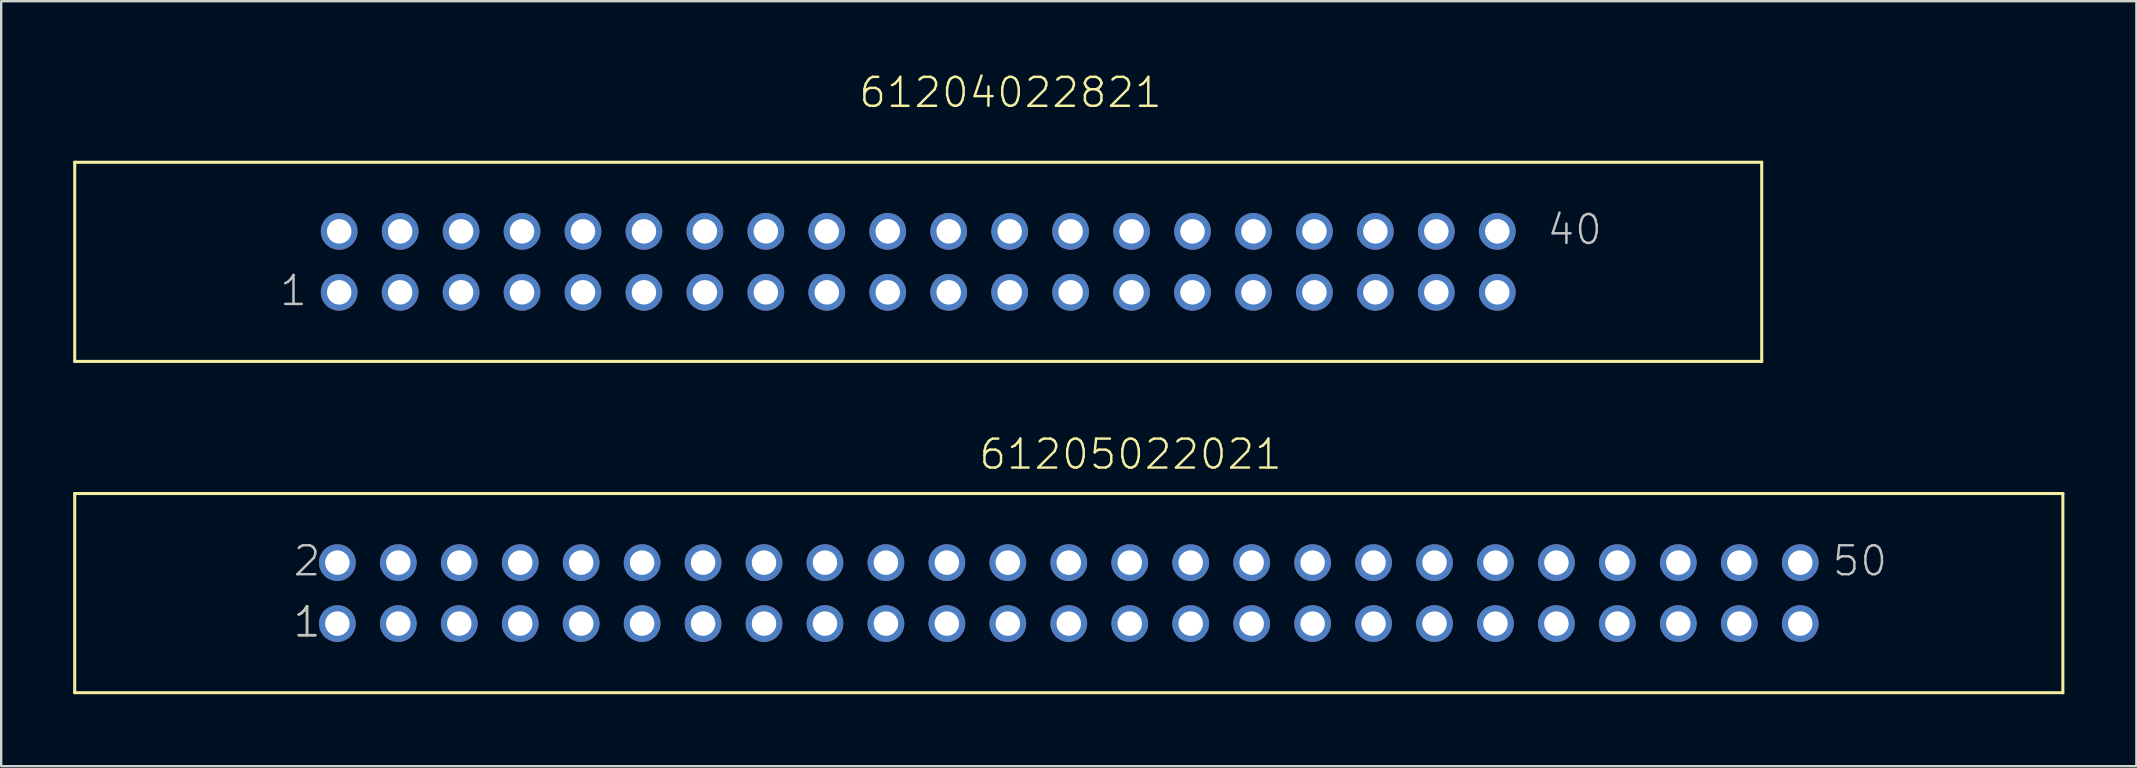
<source format=kicad_pcb>
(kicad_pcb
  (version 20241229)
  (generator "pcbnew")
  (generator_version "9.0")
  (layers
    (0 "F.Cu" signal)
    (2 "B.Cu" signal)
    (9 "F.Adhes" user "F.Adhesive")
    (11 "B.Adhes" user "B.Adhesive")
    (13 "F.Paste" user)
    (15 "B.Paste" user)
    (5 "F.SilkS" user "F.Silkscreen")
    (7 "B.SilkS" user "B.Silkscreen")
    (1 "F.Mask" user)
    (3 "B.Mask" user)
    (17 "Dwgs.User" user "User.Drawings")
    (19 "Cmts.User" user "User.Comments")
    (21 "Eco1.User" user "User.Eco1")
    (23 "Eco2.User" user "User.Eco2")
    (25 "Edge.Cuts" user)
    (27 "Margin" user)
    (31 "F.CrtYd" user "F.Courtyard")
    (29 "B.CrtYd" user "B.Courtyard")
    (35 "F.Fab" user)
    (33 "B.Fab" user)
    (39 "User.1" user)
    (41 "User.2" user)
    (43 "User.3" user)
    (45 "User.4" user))
  (footprint "61204022821"
    (layer "F.Cu")
    (at 35.214 7.861)
    (property "Reference" "61204022821" (at -2.54 -6.35 0) (layer "F.SilkS") (effects (font (size 1.206 1.206) (thickness 0.102)) (justify left bottom)))
    (attr through_hole)
    (fp_line (start -35.15 -4.15) (end 35.15 -4.15) (stroke (width 0.127) (type solid)) (layer "F.SilkS"))
    (fp_line (start -35.15 4.15) (end -35.15 -4.15) (stroke (width 0.127) (type solid)) (layer "F.SilkS"))
    (fp_line (start 35.15 -4.15) (end 35.15 4.15) (stroke (width 0.127) (type solid)) (layer "F.SilkS"))
    (fp_line (start 35.15 4.15) (end -35.15 4.15) (stroke (width 0.127) (type solid)) (layer "F.SilkS"))
    (fp_text user "1" (at -26.675 1.905 0) (layer "Dwgs.User") (effects (font (size 1.206 1.206) (thickness 0.102)) (justify left bottom)))
    (fp_text user "40" (at 26.14 -0.635 0) (layer "Dwgs.User") (effects (font (size 1.206 1.206) (thickness 0.102)) (justify left bottom)))
    (pad "1" thru_hole circle (at -24.13 1.27 180) (size 1.53 1.53) (drill 1.02) (layers "*.Cu" "*.Mask"))
    (pad "2" thru_hole circle (at -24.13 -1.27 180) (size 1.53 1.53) (drill 1.02) (layers "*.Cu" "*.Mask"))
    (pad "3" thru_hole circle (at -21.59 1.27 180) (size 1.53 1.53) (drill 1.02) (layers "*.Cu" "*.Mask"))
    (pad "4" thru_hole circle (at -21.59 -1.27 180) (size 1.53 1.53) (drill 1.02) (layers "*.Cu" "*.Mask"))
    (pad "5" thru_hole circle (at -19.05 1.27 180) (size 1.53 1.53) (drill 1.02) (layers "*.Cu" "*.Mask"))
    (pad "6" thru_hole circle (at -19.05 -1.27 180) (size 1.53 1.53) (drill 1.02) (layers "*.Cu" "*.Mask"))
    (pad "7" thru_hole circle (at -16.51 1.27 180) (size 1.53 1.53) (drill 1.02) (layers "*.Cu" "*.Mask"))
    (pad "8" thru_hole circle (at -16.51 -1.27 180) (size 1.53 1.53) (drill 1.02) (layers "*.Cu" "*.Mask"))
    (pad "9" thru_hole circle (at -13.97 1.27 180) (size 1.53 1.53) (drill 1.02) (layers "*.Cu" "*.Mask"))
    (pad "10" thru_hole circle (at -13.97 -1.27 180) (size 1.53 1.53) (drill 1.02) (layers "*.Cu" "*.Mask"))
    (pad "11" thru_hole circle (at -11.43 1.27 180) (size 1.53 1.53) (drill 1.02) (layers "*.Cu" "*.Mask"))
    (pad "12" thru_hole circle (at -11.43 -1.27 180) (size 1.53 1.53) (drill 1.02) (layers "*.Cu" "*.Mask"))
    (pad "13" thru_hole circle (at -8.89 1.27 180) (size 1.53 1.53) (drill 1.02) (layers "*.Cu" "*.Mask"))
    (pad "14" thru_hole circle (at -8.89 -1.27 180) (size 1.53 1.53) (drill 1.02) (layers "*.Cu" "*.Mask"))
    (pad "15" thru_hole circle (at -6.35 1.27 180) (size 1.53 1.53) (drill 1.02) (layers "*.Cu" "*.Mask"))
    (pad "16" thru_hole circle (at -6.35 -1.27 180) (size 1.53 1.53) (drill 1.02) (layers "*.Cu" "*.Mask"))
    (pad "17" thru_hole circle (at -3.81 1.27 180) (size 1.53 1.53) (drill 1.02) (layers "*.Cu" "*.Mask"))
    (pad "18" thru_hole circle (at -3.81 -1.27 180) (size 1.53 1.53) (drill 1.02) (layers "*.Cu" "*.Mask"))
    (pad "19" thru_hole circle (at -1.27 1.27 180) (size 1.53 1.53) (drill 1.02) (layers "*.Cu" "*.Mask"))
    (pad "20" thru_hole circle (at -1.27 -1.27 180) (size 1.53 1.53) (drill 1.02) (layers "*.Cu" "*.Mask"))
    (pad "21" thru_hole circle (at 1.27 1.27 180) (size 1.53 1.53) (drill 1.02) (layers "*.Cu" "*.Mask"))
    (pad "22" thru_hole circle (at 1.27 -1.27 180) (size 1.53 1.53) (drill 1.02) (layers "*.Cu" "*.Mask"))
    (pad "23" thru_hole circle (at 3.81 1.27 180) (size 1.53 1.53) (drill 1.02) (layers "*.Cu" "*.Mask"))
    (pad "24" thru_hole circle (at 3.81 -1.27 180) (size 1.53 1.53) (drill 1.02) (layers "*.Cu" "*.Mask"))
    (pad "25" thru_hole circle (at 6.35 1.27 180) (size 1.53 1.53) (drill 1.02) (layers "*.Cu" "*.Mask"))
    (pad "26" thru_hole circle (at 6.35 -1.27 180) (size 1.53 1.53) (drill 1.02) (layers "*.Cu" "*.Mask"))
    (pad "27" thru_hole circle (at 8.89 1.27 180) (size 1.53 1.53) (drill 1.02) (layers "*.Cu" "*.Mask"))
    (pad "28" thru_hole circle (at 8.89 -1.27 180) (size 1.53 1.53) (drill 1.02) (layers "*.Cu" "*.Mask"))
    (pad "29" thru_hole circle (at 11.43 1.27 180) (size 1.53 1.53) (drill 1.02) (layers "*.Cu" "*.Mask"))
    (pad "30" thru_hole circle (at 11.43 -1.27 180) (size 1.53 1.53) (drill 1.02) (layers "*.Cu" "*.Mask"))
    (pad "31" thru_hole circle (at 13.97 1.27 180) (size 1.53 1.53) (drill 1.02) (layers "*.Cu" "*.Mask"))
    (pad "32" thru_hole circle (at 13.97 -1.27 180) (size 1.53 1.53) (drill 1.02) (layers "*.Cu" "*.Mask"))
    (pad "33" thru_hole circle (at 16.51 1.27 180) (size 1.53 1.53) (drill 1.02) (layers "*.Cu" "*.Mask"))
    (pad "34" thru_hole circle (at 16.51 -1.27 180) (size 1.53 1.53) (drill 1.02) (layers "*.Cu" "*.Mask"))
    (pad "35" thru_hole circle (at 19.05 1.27 180) (size 1.53 1.53) (drill 1.02) (layers "*.Cu" "*.Mask"))
    (pad "36" thru_hole circle (at 19.05 -1.27 180) (size 1.53 1.53) (drill 1.02) (layers "*.Cu" "*.Mask"))
    (pad "37" thru_hole circle (at 21.59 1.27 180) (size 1.53 1.53) (drill 1.02) (layers "*.Cu" "*.Mask"))
    (pad "38" thru_hole circle (at 21.59 -1.27 180) (size 1.53 1.53) (drill 1.02) (layers "*.Cu" "*.Mask"))
    (pad "39" thru_hole circle (at 24.13 1.27 180) (size 1.53 1.53) (drill 1.02) (layers "*.Cu" "*.Mask"))
    (pad "40" thru_hole circle (at 24.13 -1.27 180) (size 1.53 1.53) (drill 1.02) (layers "*.Cu" "*.Mask")))
  (footprint "61205022021"
    (layer "F.Cu")
    (at 40.218 21.666)
    (property "Reference" "61205022021" (at -2.54 -5.08 0) (layer "F.SilkS") (effects (font (size 1.206 1.206) (thickness 0.102)) (justify left bottom)))
    (attr through_hole)
    (fp_line (start -40.155 -4.15) (end 42.695 -4.15) (stroke (width 0.127) (type solid)) (layer "F.SilkS"))
    (fp_line (start -40.155 4.15) (end -40.155 -4.15) (stroke (width 0.127) (type solid)) (layer "F.SilkS"))
    (fp_line (start 42.695 -4.15) (end 42.695 4.15) (stroke (width 0.127) (type solid)) (layer "F.SilkS"))
    (fp_line (start 42.695 4.15) (end -40.155 4.15) (stroke (width 0.127) (type solid)) (layer "F.SilkS"))
    (fp_text user "1" (at -31.115 1.905 0) (layer "F.SilkS") (effects (font (size 1.206 1.206) (thickness 0.102)) (justify left bottom)))
    (fp_text user "2" (at -31.115 -0.635 0) (layer "Dwgs.User") (effects (font (size 1.206 1.206) (thickness 0.102)) (justify left bottom)))
    (fp_text user "50" (at 33.02 -0.635 0) (layer "Dwgs.User") (effects (font (size 1.206 1.206) (thickness 0.102)) (justify left bottom)))
    (fp_text user "1" (at -31.115 1.905 0) (layer "Dwgs.User") (effects (font (size 1.206 1.206) (thickness 0.102)) (justify left bottom)))
    (pad "1" thru_hole circle (at -29.21 1.27 180) (size 1.53 1.53) (drill 1.02) (layers "*.Cu" "*.Mask"))
    (pad "2" thru_hole circle (at -29.21 -1.27 180) (size 1.53 1.53) (drill 1.02) (layers "*.Cu" "*.Mask"))
    (pad "3" thru_hole circle (at -26.67 1.27 180) (size 1.53 1.53) (drill 1.02) (layers "*.Cu" "*.Mask"))
    (pad "4" thru_hole circle (at -26.67 -1.27 180) (size 1.53 1.53) (drill 1.02) (layers "*.Cu" "*.Mask"))
    (pad "5" thru_hole circle (at -24.13 1.27 180) (size 1.53 1.53) (drill 1.02) (layers "*.Cu" "*.Mask"))
    (pad "6" thru_hole circle (at -24.13 -1.27 180) (size 1.53 1.53) (drill 1.02) (layers "*.Cu" "*.Mask"))
    (pad "7" thru_hole circle (at -21.59 1.27 180) (size 1.53 1.53) (drill 1.02) (layers "*.Cu" "*.Mask"))
    (pad "8" thru_hole circle (at -21.59 -1.27 180) (size 1.53 1.53) (drill 1.02) (layers "*.Cu" "*.Mask"))
    (pad "9" thru_hole circle (at -19.05 1.27 180) (size 1.53 1.53) (drill 1.02) (layers "*.Cu" "*.Mask"))
    (pad "10" thru_hole circle (at -19.05 -1.27 180) (size 1.53 1.53) (drill 1.02) (layers "*.Cu" "*.Mask"))
    (pad "11" thru_hole circle (at -16.51 1.27 180) (size 1.53 1.53) (drill 1.02) (layers "*.Cu" "*.Mask"))
    (pad "12" thru_hole circle (at -16.51 -1.27 180) (size 1.53 1.53) (drill 1.02) (layers "*.Cu" "*.Mask"))
    (pad "13" thru_hole circle (at -13.97 1.27 180) (size 1.53 1.53) (drill 1.02) (layers "*.Cu" "*.Mask"))
    (pad "14" thru_hole circle (at -13.97 -1.27 180) (size 1.53 1.53) (drill 1.02) (layers "*.Cu" "*.Mask"))
    (pad "15" thru_hole circle (at -11.43 1.27 180) (size 1.53 1.53) (drill 1.02) (layers "*.Cu" "*.Mask"))
    (pad "16" thru_hole circle (at -11.43 -1.27 180) (size 1.53 1.53) (drill 1.02) (layers "*.Cu" "*.Mask"))
    (pad "17" thru_hole circle (at -8.89 1.27 180) (size 1.53 1.53) (drill 1.02) (layers "*.Cu" "*.Mask"))
    (pad "18" thru_hole circle (at -8.89 -1.27 180) (size 1.53 1.53) (drill 1.02) (layers "*.Cu" "*.Mask"))
    (pad "19" thru_hole circle (at -6.35 1.27 180) (size 1.53 1.53) (drill 1.02) (layers "*.Cu" "*.Mask"))
    (pad "20" thru_hole circle (at -6.35 -1.27 180) (size 1.53 1.53) (drill 1.02) (layers "*.Cu" "*.Mask"))
    (pad "21" thru_hole circle (at -3.81 1.27 180) (size 1.53 1.53) (drill 1.02) (layers "*.Cu" "*.Mask"))
    (pad "22" thru_hole circle (at -3.81 -1.27 180) (size 1.53 1.53) (drill 1.02) (layers "*.Cu" "*.Mask"))
    (pad "23" thru_hole circle (at -1.27 1.27 180) (size 1.53 1.53) (drill 1.02) (layers "*.Cu" "*.Mask"))
    (pad "24" thru_hole circle (at -1.27 -1.27 180) (size 1.53 1.53) (drill 1.02) (layers "*.Cu" "*.Mask"))
    (pad "25" thru_hole circle (at 1.27 1.27 180) (size 1.53 1.53) (drill 1.02) (layers "*.Cu" "*.Mask"))
    (pad "26" thru_hole circle (at 1.27 -1.27 180) (size 1.53 1.53) (drill 1.02) (layers "*.Cu" "*.Mask"))
    (pad "27" thru_hole circle (at 3.81 1.27 180) (size 1.53 1.53) (drill 1.02) (layers "*.Cu" "*.Mask"))
    (pad "28" thru_hole circle (at 3.81 -1.27 180) (size 1.53 1.53) (drill 1.02) (layers "*.Cu" "*.Mask"))
    (pad "29" thru_hole circle (at 6.35 1.27 180) (size 1.53 1.53) (drill 1.02) (layers "*.Cu" "*.Mask"))
    (pad "30" thru_hole circle (at 6.35 -1.27 180) (size 1.53 1.53) (drill 1.02) (layers "*.Cu" "*.Mask"))
    (pad "31" thru_hole circle (at 8.89 1.27 180) (size 1.53 1.53) (drill 1.02) (layers "*.Cu" "*.Mask"))
    (pad "32" thru_hole circle (at 8.89 -1.27 180) (size 1.53 1.53) (drill 1.02) (layers "*.Cu" "*.Mask"))
    (pad "33" thru_hole circle (at 11.43 1.27 180) (size 1.53 1.53) (drill 1.02) (layers "*.Cu" "*.Mask"))
    (pad "34" thru_hole circle (at 11.43 -1.27 180) (size 1.53 1.53) (drill 1.02) (layers "*.Cu" "*.Mask"))
    (pad "35" thru_hole circle (at 13.97 1.27 180) (size 1.53 1.53) (drill 1.02) (layers "*.Cu" "*.Mask"))
    (pad "36" thru_hole circle (at 13.97 -1.27 180) (size 1.53 1.53) (drill 1.02) (layers "*.Cu" "*.Mask"))
    (pad "37" thru_hole circle (at 16.51 1.27 180) (size 1.53 1.53) (drill 1.02) (layers "*.Cu" "*.Mask"))
    (pad "38" thru_hole circle (at 16.51 -1.27 180) (size 1.53 1.53) (drill 1.02) (layers "*.Cu" "*.Mask"))
    (pad "39" thru_hole circle (at 19.05 1.27 180) (size 1.53 1.53) (drill 1.02) (layers "*.Cu" "*.Mask"))
    (pad "40" thru_hole circle (at 19.05 -1.27 180) (size 1.53 1.53) (drill 1.02) (layers "*.Cu" "*.Mask"))
    (pad "41" thru_hole circle (at 21.59 1.27 180) (size 1.53 1.53) (drill 1.02) (layers "*.Cu" "*.Mask"))
    (pad "42" thru_hole circle (at 21.59 -1.27 180) (size 1.53 1.53) (drill 1.02) (layers "*.Cu" "*.Mask"))
    (pad "43" thru_hole circle (at 24.13 1.27 180) (size 1.53 1.53) (drill 1.02) (layers "*.Cu" "*.Mask"))
    (pad "44" thru_hole circle (at 24.13 -1.27 180) (size 1.53 1.53) (drill 1.02) (layers "*.Cu" "*.Mask"))
    (pad "45" thru_hole circle (at 26.67 1.27 180) (size 1.53 1.53) (drill 1.02) (layers "*.Cu" "*.Mask"))
    (pad "46" thru_hole circle (at 26.67 -1.27 180) (size 1.53 1.53) (drill 1.02) (layers "*.Cu" "*.Mask"))
    (pad "47" thru_hole circle (at 29.21 1.27 180) (size 1.53 1.53) (drill 1.02) (layers "*.Cu" "*.Mask"))
    (pad "48" thru_hole circle (at 29.21 -1.27 180) (size 1.53 1.53) (drill 1.02) (layers "*.Cu" "*.Mask"))
    (pad "49" thru_hole circle (at 31.75 1.27 180) (size 1.53 1.53) (drill 1.02) (layers "*.Cu" "*.Mask"))
    (pad "50" thru_hole circle (at 31.75 -1.27 180) (size 1.53 1.53) (drill 1.02) (layers "*.Cu" "*.Mask")))
  (gr_rect
    (start -3 -3)
    (end 85.977 28.88)
    (stroke (width 0.1) (type default))
    (fill no)
    (layer "Edge.Cuts")))
</source>
